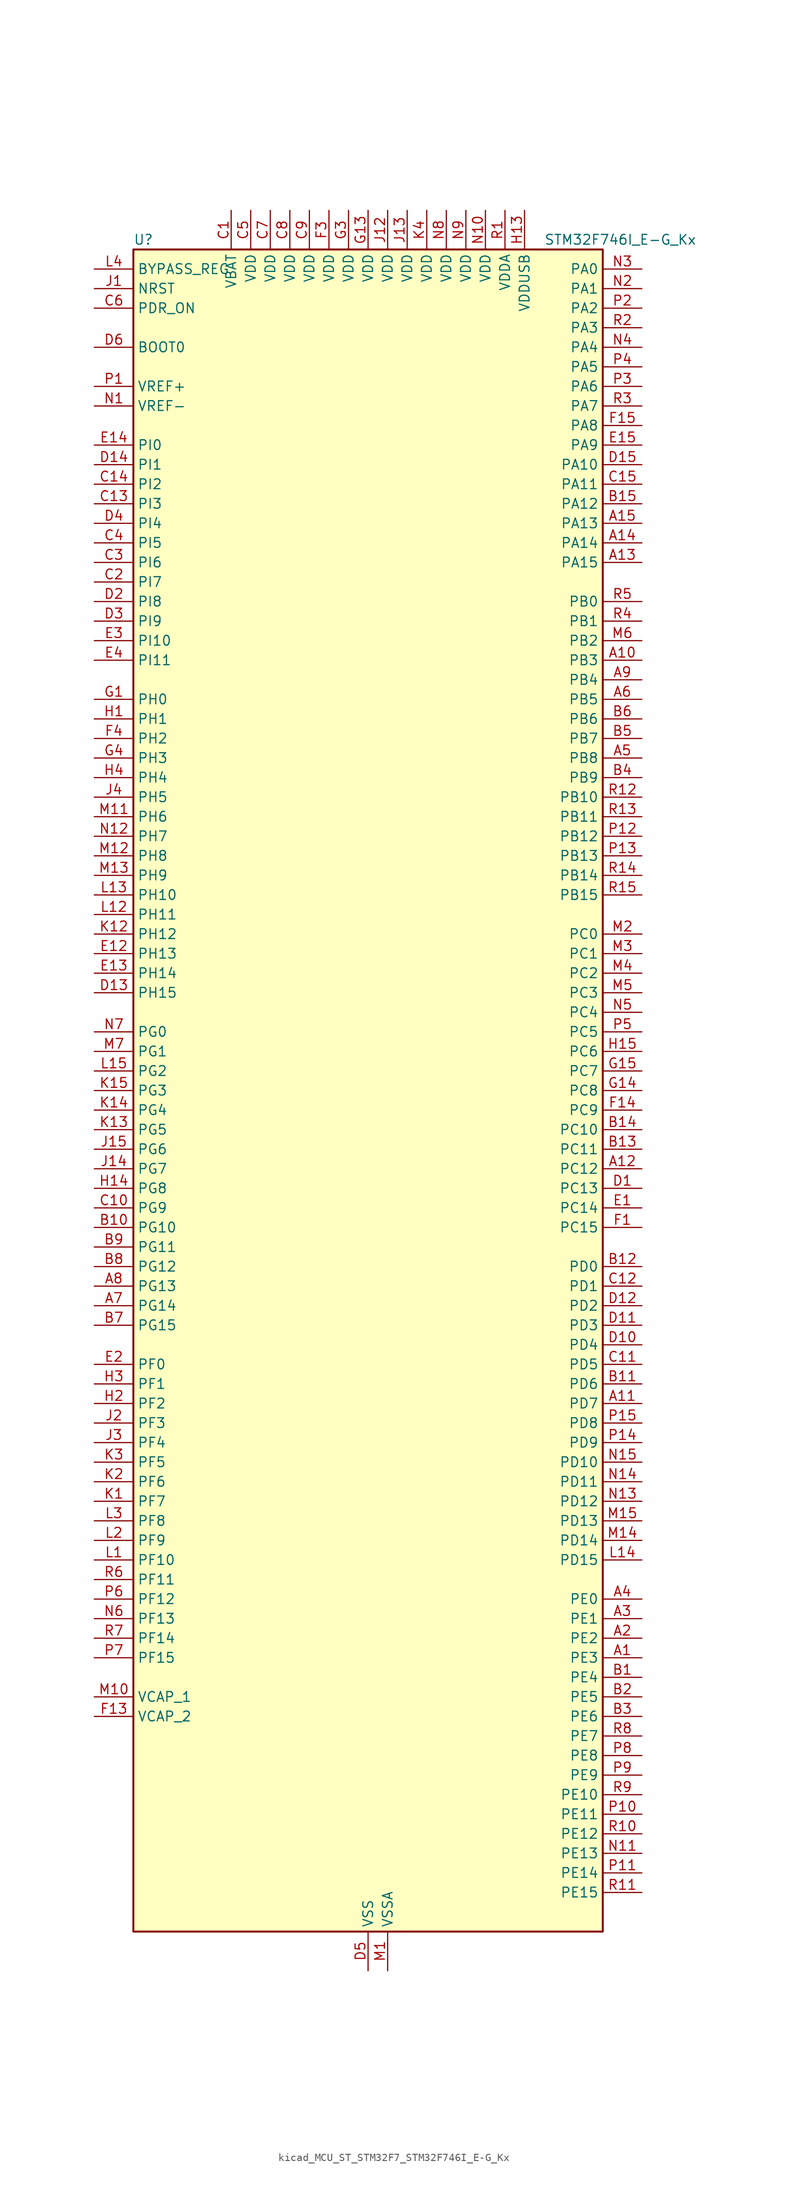
<source format=kicad_sym>
(kicad_symbol_lib
  (version 20220914)
  (generator kicad_symbol_editor)
  (symbol "kicad_MCU_ST_STM32F7_STM32F746I_E-G_Kx"
    (property "Reference" "U"
      (at -30.48 110.49 0)
      (effects (font (size 1.27 1.27)) (justify left)))
    (property "Value" "STM32F746I_E-G_Kx"
      (at 22.86 110.49 0)
      (effects (font (size 1.27 1.27)) (justify left)))
    (property "ki_locked" ""
      (at 0 0 0)
      (effects (font (size 1.27 1.27))))
    (symbol "kicad_MCU_ST_STM32F7_STM32F746I_E-G_Kx_0_1"
      (rectangle (start -30.48 -109.22) (end 30.48 109.22) (stroke (width 0.254) (type default)) (fill (type background))))
    (symbol "kicad_MCU_ST_STM32F7_STM32F746I_E-G_Kx_1_1"
      (pin bidirectional line (at 35.56 -73.66 180) (length 5.08) (name "PE3" (effects (font (size 1.27 1.27)))) (number "A1" (effects (font (size 1.27 1.27)))) (alternate "FMC_A19" bidirectional line) (alternate "SAI1_SD_B" bidirectional line) (alternate "SYS_TRACED0" bidirectional line))
      (pin bidirectional line (at 35.56 55.88 180) (length 5.08) (name "PB3" (effects (font (size 1.27 1.27)))) (number "A10" (effects (font (size 1.27 1.27)))) (alternate "I2S1_CK" bidirectional line) (alternate "I2S3_CK" bidirectional line) (alternate "SPI1_SCK" bidirectional line) (alternate "SPI3_SCK" bidirectional line) (alternate "SYS_JTDO-SWO" bidirectional line) (alternate "TIM2_CH2" bidirectional line))
      (pin bidirectional line (at 35.56 -40.64 180) (length 5.08) (name "PD7" (effects (font (size 1.27 1.27)))) (number "A11" (effects (font (size 1.27 1.27)))) (alternate "FMC_NE1" bidirectional line) (alternate "SPDIFRX_IN0" bidirectional line) (alternate "USART2_CK" bidirectional line))
      (pin bidirectional line (at 35.56 -10.16 180) (length 5.08) (name "PC12" (effects (font (size 1.27 1.27)))) (number "A12" (effects (font (size 1.27 1.27)))) (alternate "DCMI_D9" bidirectional line) (alternate "I2S3_SD" bidirectional line) (alternate "SDMMC1_CK" bidirectional line) (alternate "SPI3_MOSI" bidirectional line) (alternate "SYS_TRACED3" bidirectional line) (alternate "UART5_TX" bidirectional line) (alternate "USART3_CK" bidirectional line))
      (pin bidirectional line (at 35.56 68.58 180) (length 5.08) (name "PA15" (effects (font (size 1.27 1.27)))) (number "A13" (effects (font (size 1.27 1.27)))) (alternate "CEC" bidirectional line) (alternate "I2S1_WS" bidirectional line) (alternate "I2S3_WS" bidirectional line) (alternate "SPI1_NSS" bidirectional line) (alternate "SPI3_NSS" bidirectional line) (alternate "SYS_JTDI" bidirectional line) (alternate "TIM2_CH1" bidirectional line) (alternate "TIM2_ETR" bidirectional line) (alternate "UART4_DE" bidirectional line) (alternate "UART4_RTS" bidirectional line))
      (pin bidirectional line (at 35.56 71.12 180) (length 5.08) (name "PA14" (effects (font (size 1.27 1.27)))) (number "A14" (effects (font (size 1.27 1.27)))) (alternate "SYS_JTCK-SWCLK" bidirectional line))
      (pin bidirectional line (at 35.56 73.66 180) (length 5.08) (name "PA13" (effects (font (size 1.27 1.27)))) (number "A15" (effects (font (size 1.27 1.27)))) (alternate "SYS_JTMS-SWDIO" bidirectional line))
      (pin bidirectional line (at 35.56 -71.12 180) (length 5.08) (name "PE2" (effects (font (size 1.27 1.27)))) (number "A2" (effects (font (size 1.27 1.27)))) (alternate "ETH_TXD3" bidirectional line) (alternate "FMC_A23" bidirectional line) (alternate "QUADSPI_BK1_IO2" bidirectional line) (alternate "SAI1_MCLK_A" bidirectional line) (alternate "SPI4_SCK" bidirectional line) (alternate "SYS_TRACECLK" bidirectional line))
      (pin bidirectional line (at 35.56 -68.58 180) (length 5.08) (name "PE1" (effects (font (size 1.27 1.27)))) (number "A3" (effects (font (size 1.27 1.27)))) (alternate "DCMI_D3" bidirectional line) (alternate "FMC_NBL1" bidirectional line) (alternate "LPTIM1_IN2" bidirectional line) (alternate "UART8_TX" bidirectional line))
      (pin bidirectional line (at 35.56 -66.04 180) (length 5.08) (name "PE0" (effects (font (size 1.27 1.27)))) (number "A4" (effects (font (size 1.27 1.27)))) (alternate "DCMI_D2" bidirectional line) (alternate "FMC_NBL0" bidirectional line) (alternate "LPTIM1_ETR" bidirectional line) (alternate "SAI2_MCLK_A" bidirectional line) (alternate "TIM4_ETR" bidirectional line) (alternate "UART8_RX" bidirectional line))
      (pin bidirectional line (at 35.56 43.18 180) (length 5.08) (name "PB8" (effects (font (size 1.27 1.27)))) (number "A5" (effects (font (size 1.27 1.27)))) (alternate "CAN1_RX" bidirectional line) (alternate "DCMI_D6" bidirectional line) (alternate "ETH_TXD3" bidirectional line) (alternate "I2C1_SCL" bidirectional line) (alternate "LTDC_B6" bidirectional line) (alternate "SDMMC1_D4" bidirectional line) (alternate "TIM10_CH1" bidirectional line) (alternate "TIM4_CH3" bidirectional line))
      (pin bidirectional line (at 35.56 50.8 180) (length 5.08) (name "PB5" (effects (font (size 1.27 1.27)))) (number "A6" (effects (font (size 1.27 1.27)))) (alternate "CAN2_RX" bidirectional line) (alternate "DCMI_D10" bidirectional line) (alternate "ETH_PPS_OUT" bidirectional line) (alternate "FMC_SDCKE1" bidirectional line) (alternate "I2C1_SMBA" bidirectional line) (alternate "I2S1_SD" bidirectional line) (alternate "I2S3_SD" bidirectional line) (alternate "SPI1_MOSI" bidirectional line) (alternate "SPI3_MOSI" bidirectional line) (alternate "TIM3_CH2" bidirectional line) (alternate "USB_OTG_HS_ULPI_D7" bidirectional line))
      (pin bidirectional line (at -35.56 -27.94 0) (length 5.08) (name "PG14" (effects (font (size 1.27 1.27)))) (number "A7" (effects (font (size 1.27 1.27)))) (alternate "ETH_TXD1" bidirectional line) (alternate "FMC_A25" bidirectional line) (alternate "LPTIM1_ETR" bidirectional line) (alternate "LTDC_B0" bidirectional line) (alternate "QUADSPI_BK2_IO3" bidirectional line) (alternate "SPI6_MOSI" bidirectional line) (alternate "SYS_TRACED1" bidirectional line) (alternate "USART6_TX" bidirectional line))
      (pin bidirectional line (at -35.56 -25.4 0) (length 5.08) (name "PG13" (effects (font (size 1.27 1.27)))) (number "A8" (effects (font (size 1.27 1.27)))) (alternate "ETH_TXD0" bidirectional line) (alternate "FMC_A24" bidirectional line) (alternate "LPTIM1_OUT" bidirectional line) (alternate "LTDC_R0" bidirectional line) (alternate "SPI6_SCK" bidirectional line) (alternate "SYS_TRACED0" bidirectional line) (alternate "USART6_CTS" bidirectional line))
      (pin bidirectional line (at 35.56 53.34 180) (length 5.08) (name "PB4" (effects (font (size 1.27 1.27)))) (number "A9" (effects (font (size 1.27 1.27)))) (alternate "I2S2_WS" bidirectional line) (alternate "SPI1_MISO" bidirectional line) (alternate "SPI2_NSS" bidirectional line) (alternate "SPI3_MISO" bidirectional line) (alternate "SYS_JTRST" bidirectional line) (alternate "TIM3_CH1" bidirectional line))
      (pin bidirectional line (at 35.56 -76.2 180) (length 5.08) (name "PE4" (effects (font (size 1.27 1.27)))) (number "B1" (effects (font (size 1.27 1.27)))) (alternate "DCMI_D4" bidirectional line) (alternate "FMC_A20" bidirectional line) (alternate "LTDC_B0" bidirectional line) (alternate "SAI1_FS_A" bidirectional line) (alternate "SPI4_NSS" bidirectional line) (alternate "SYS_TRACED1" bidirectional line))
      (pin bidirectional line (at -35.56 -17.78 0) (length 5.08) (name "PG10" (effects (font (size 1.27 1.27)))) (number "B10" (effects (font (size 1.27 1.27)))) (alternate "DCMI_D2" bidirectional line) (alternate "FMC_NE3" bidirectional line) (alternate "LTDC_B2" bidirectional line) (alternate "LTDC_G3" bidirectional line) (alternate "SAI2_SD_B" bidirectional line))
      (pin bidirectional line (at 35.56 -38.1 180) (length 5.08) (name "PD6" (effects (font (size 1.27 1.27)))) (number "B11" (effects (font (size 1.27 1.27)))) (alternate "DCMI_D10" bidirectional line) (alternate "FMC_NWAIT" bidirectional line) (alternate "I2S3_SD" bidirectional line) (alternate "LTDC_B2" bidirectional line) (alternate "SAI1_SD_A" bidirectional line) (alternate "SPI3_MOSI" bidirectional line) (alternate "USART2_RX" bidirectional line))
      (pin bidirectional line (at 35.56 -22.86 180) (length 5.08) (name "PD0" (effects (font (size 1.27 1.27)))) (number "B12" (effects (font (size 1.27 1.27)))) (alternate "CAN1_RX" bidirectional line) (alternate "FMC_D2" bidirectional line) (alternate "FMC_DA2" bidirectional line))
      (pin bidirectional line (at 35.56 -7.62 180) (length 5.08) (name "PC11" (effects (font (size 1.27 1.27)))) (number "B13" (effects (font (size 1.27 1.27)))) (alternate "ADC1_EXTI11" bidirectional line) (alternate "ADC2_EXTI11" bidirectional line) (alternate "ADC3_EXTI11" bidirectional line) (alternate "DCMI_D4" bidirectional line) (alternate "QUADSPI_BK2_NCS" bidirectional line) (alternate "SDMMC1_D3" bidirectional line) (alternate "SPI3_MISO" bidirectional line) (alternate "UART4_RX" bidirectional line) (alternate "USART3_RX" bidirectional line))
      (pin bidirectional line (at 35.56 -5.08 180) (length 5.08) (name "PC10" (effects (font (size 1.27 1.27)))) (number "B14" (effects (font (size 1.27 1.27)))) (alternate "DCMI_D8" bidirectional line) (alternate "I2S3_CK" bidirectional line) (alternate "LTDC_R2" bidirectional line) (alternate "QUADSPI_BK1_IO1" bidirectional line) (alternate "SDMMC1_D2" bidirectional line) (alternate "SPI3_SCK" bidirectional line) (alternate "UART4_TX" bidirectional line) (alternate "USART3_TX" bidirectional line))
      (pin bidirectional line (at 35.56 76.2 180) (length 5.08) (name "PA12" (effects (font (size 1.27 1.27)))) (number "B15" (effects (font (size 1.27 1.27)))) (alternate "CAN1_TX" bidirectional line) (alternate "LTDC_R5" bidirectional line) (alternate "SAI2_FS_B" bidirectional line) (alternate "TIM1_ETR" bidirectional line) (alternate "USART1_DE" bidirectional line) (alternate "USART1_RTS" bidirectional line) (alternate "USB_OTG_FS_DP" bidirectional line))
      (pin bidirectional line (at 35.56 -78.74 180) (length 5.08) (name "PE5" (effects (font (size 1.27 1.27)))) (number "B2" (effects (font (size 1.27 1.27)))) (alternate "DCMI_D6" bidirectional line) (alternate "FMC_A21" bidirectional line) (alternate "LTDC_G0" bidirectional line) (alternate "SAI1_SCK_A" bidirectional line) (alternate "SPI4_MISO" bidirectional line) (alternate "SYS_TRACED2" bidirectional line) (alternate "TIM9_CH1" bidirectional line))
      (pin bidirectional line (at 35.56 -81.28 180) (length 5.08) (name "PE6" (effects (font (size 1.27 1.27)))) (number "B3" (effects (font (size 1.27 1.27)))) (alternate "DCMI_D7" bidirectional line) (alternate "FMC_A22" bidirectional line) (alternate "LTDC_G1" bidirectional line) (alternate "SAI1_SD_A" bidirectional line) (alternate "SAI2_MCLK_B" bidirectional line) (alternate "SPI4_MOSI" bidirectional line) (alternate "SYS_TRACED3" bidirectional line) (alternate "TIM1_BKIN2" bidirectional line) (alternate "TIM9_CH2" bidirectional line))
      (pin bidirectional line (at 35.56 40.64 180) (length 5.08) (name "PB9" (effects (font (size 1.27 1.27)))) (number "B4" (effects (font (size 1.27 1.27)))) (alternate "CAN1_TX" bidirectional line) (alternate "DAC_EXTI9" bidirectional line) (alternate "DCMI_D7" bidirectional line) (alternate "I2C1_SDA" bidirectional line) (alternate "I2S2_WS" bidirectional line) (alternate "LTDC_B7" bidirectional line) (alternate "SDMMC1_D5" bidirectional line) (alternate "SPI2_NSS" bidirectional line) (alternate "TIM11_CH1" bidirectional line) (alternate "TIM4_CH4" bidirectional line))
      (pin bidirectional line (at 35.56 45.72 180) (length 5.08) (name "PB7" (effects (font (size 1.27 1.27)))) (number "B5" (effects (font (size 1.27 1.27)))) (alternate "DCMI_VSYNC" bidirectional line) (alternate "FMC_NL" bidirectional line) (alternate "I2C1_SDA" bidirectional line) (alternate "TIM4_CH2" bidirectional line) (alternate "USART1_RX" bidirectional line))
      (pin bidirectional line (at 35.56 48.26 180) (length 5.08) (name "PB6" (effects (font (size 1.27 1.27)))) (number "B6" (effects (font (size 1.27 1.27)))) (alternate "CAN2_TX" bidirectional line) (alternate "CEC" bidirectional line) (alternate "DCMI_D5" bidirectional line) (alternate "FMC_SDNE1" bidirectional line) (alternate "I2C1_SCL" bidirectional line) (alternate "QUADSPI_BK1_NCS" bidirectional line) (alternate "TIM4_CH1" bidirectional line) (alternate "USART1_TX" bidirectional line))
      (pin bidirectional line (at -35.56 -30.48 0) (length 5.08) (name "PG15" (effects (font (size 1.27 1.27)))) (number "B7" (effects (font (size 1.27 1.27)))) (alternate "DCMI_D13" bidirectional line) (alternate "FMC_SDNCAS" bidirectional line) (alternate "USART6_CTS" bidirectional line))
      (pin bidirectional line (at -35.56 -22.86 0) (length 5.08) (name "PG12" (effects (font (size 1.27 1.27)))) (number "B8" (effects (font (size 1.27 1.27)))) (alternate "FMC_NE4" bidirectional line) (alternate "LPTIM1_IN1" bidirectional line) (alternate "LTDC_B1" bidirectional line) (alternate "LTDC_B4" bidirectional line) (alternate "SPDIFRX_IN1" bidirectional line) (alternate "SPI6_MISO" bidirectional line) (alternate "USART6_DE" bidirectional line) (alternate "USART6_RTS" bidirectional line))
      (pin bidirectional line (at -35.56 -20.32 0) (length 5.08) (name "PG11" (effects (font (size 1.27 1.27)))) (number "B9" (effects (font (size 1.27 1.27)))) (alternate "ADC1_EXTI11" bidirectional line) (alternate "ADC2_EXTI11" bidirectional line) (alternate "ADC3_EXTI11" bidirectional line) (alternate "DCMI_D3" bidirectional line) (alternate "ETH_TX_EN" bidirectional line) (alternate "LTDC_B3" bidirectional line) (alternate "SPDIFRX_IN0" bidirectional line))
      (pin power_in line (at -17.78 114.3 270) (length 5.08) (name "VBAT" (effects (font (size 1.27 1.27)))) (number "C1" (effects (font (size 1.27 1.27)))))
      (pin bidirectional line (at -35.56 -15.24 0) (length 5.08) (name "PG9" (effects (font (size 1.27 1.27)))) (number "C10" (effects (font (size 1.27 1.27)))) (alternate "DAC_EXTI9" bidirectional line) (alternate "DCMI_VSYNC" bidirectional line) (alternate "FMC_NCE" bidirectional line) (alternate "FMC_NE2" bidirectional line) (alternate "QUADSPI_BK2_IO2" bidirectional line) (alternate "SAI2_FS_B" bidirectional line) (alternate "SPDIFRX_IN3" bidirectional line) (alternate "USART6_RX" bidirectional line))
      (pin bidirectional line (at 35.56 -35.56 180) (length 5.08) (name "PD5" (effects (font (size 1.27 1.27)))) (number "C11" (effects (font (size 1.27 1.27)))) (alternate "FMC_NWE" bidirectional line) (alternate "USART2_TX" bidirectional line))
      (pin bidirectional line (at 35.56 -25.4 180) (length 5.08) (name "PD1" (effects (font (size 1.27 1.27)))) (number "C12" (effects (font (size 1.27 1.27)))) (alternate "CAN1_TX" bidirectional line) (alternate "FMC_D3" bidirectional line) (alternate "FMC_DA3" bidirectional line))
      (pin bidirectional line (at -35.56 76.2 0) (length 5.08) (name "PI3" (effects (font (size 1.27 1.27)))) (number "C13" (effects (font (size 1.27 1.27)))) (alternate "DCMI_D10" bidirectional line) (alternate "FMC_D27" bidirectional line) (alternate "I2S2_SD" bidirectional line) (alternate "SPI2_MOSI" bidirectional line) (alternate "TIM8_ETR" bidirectional line))
      (pin bidirectional line (at -35.56 78.74 0) (length 5.08) (name "PI2" (effects (font (size 1.27 1.27)))) (number "C14" (effects (font (size 1.27 1.27)))) (alternate "DCMI_D9" bidirectional line) (alternate "FMC_D26" bidirectional line) (alternate "LTDC_G7" bidirectional line) (alternate "SPI2_MISO" bidirectional line) (alternate "TIM8_CH4" bidirectional line))
      (pin bidirectional line (at 35.56 78.74 180) (length 5.08) (name "PA11" (effects (font (size 1.27 1.27)))) (number "C15" (effects (font (size 1.27 1.27)))) (alternate "ADC1_EXTI11" bidirectional line) (alternate "ADC2_EXTI11" bidirectional line) (alternate "ADC3_EXTI11" bidirectional line) (alternate "CAN1_RX" bidirectional line) (alternate "LTDC_R4" bidirectional line) (alternate "TIM1_CH4" bidirectional line) (alternate "USART1_CTS" bidirectional line) (alternate "USB_OTG_FS_DM" bidirectional line))
      (pin bidirectional line (at -35.56 66.04 0) (length 5.08) (name "PI7" (effects (font (size 1.27 1.27)))) (number "C2" (effects (font (size 1.27 1.27)))) (alternate "DCMI_D7" bidirectional line) (alternate "FMC_D29" bidirectional line) (alternate "LTDC_B7" bidirectional line) (alternate "SAI2_FS_A" bidirectional line) (alternate "TIM8_CH3" bidirectional line))
      (pin bidirectional line (at -35.56 68.58 0) (length 5.08) (name "PI6" (effects (font (size 1.27 1.27)))) (number "C3" (effects (font (size 1.27 1.27)))) (alternate "DCMI_D6" bidirectional line) (alternate "FMC_D28" bidirectional line) (alternate "LTDC_B6" bidirectional line) (alternate "SAI2_SD_A" bidirectional line) (alternate "TIM8_CH2" bidirectional line))
      (pin bidirectional line (at -35.56 71.12 0) (length 5.08) (name "PI5" (effects (font (size 1.27 1.27)))) (number "C4" (effects (font (size 1.27 1.27)))) (alternate "DCMI_VSYNC" bidirectional line) (alternate "FMC_NBL3" bidirectional line) (alternate "LTDC_B5" bidirectional line) (alternate "SAI2_SCK_A" bidirectional line) (alternate "TIM8_CH1" bidirectional line))
      (pin power_in line (at -15.24 114.3 270) (length 5.08) (name "VDD" (effects (font (size 1.27 1.27)))) (number "C5" (effects (font (size 1.27 1.27)))))
      (pin input line (at -35.56 101.6 0) (length 5.08) (name "PDR_ON" (effects (font (size 1.27 1.27)))) (number "C6" (effects (font (size 1.27 1.27)))))
      (pin power_in line (at -12.7 114.3 270) (length 5.08) (name "VDD" (effects (font (size 1.27 1.27)))) (number "C7" (effects (font (size 1.27 1.27)))))
      (pin power_in line (at -10.16 114.3 270) (length 5.08) (name "VDD" (effects (font (size 1.27 1.27)))) (number "C8" (effects (font (size 1.27 1.27)))))
      (pin power_in line (at -7.62 114.3 270) (length 5.08) (name "VDD" (effects (font (size 1.27 1.27)))) (number "C9" (effects (font (size 1.27 1.27)))))
      (pin bidirectional line (at 35.56 -12.7 180) (length 5.08) (name "PC13" (effects (font (size 1.27 1.27)))) (number "D1" (effects (font (size 1.27 1.27)))) (alternate "RTC_OUT" bidirectional line) (alternate "RTC_TAMP1" bidirectional line) (alternate "RTC_TS" bidirectional line) (alternate "SYS_WKUP4" bidirectional line))
      (pin bidirectional line (at 35.56 -33.02 180) (length 5.08) (name "PD4" (effects (font (size 1.27 1.27)))) (number "D10" (effects (font (size 1.27 1.27)))) (alternate "FMC_NOE" bidirectional line) (alternate "USART2_DE" bidirectional line) (alternate "USART2_RTS" bidirectional line))
      (pin bidirectional line (at 35.56 -30.48 180) (length 5.08) (name "PD3" (effects (font (size 1.27 1.27)))) (number "D11" (effects (font (size 1.27 1.27)))) (alternate "DCMI_D5" bidirectional line) (alternate "FMC_CLK" bidirectional line) (alternate "I2S2_CK" bidirectional line) (alternate "LTDC_G7" bidirectional line) (alternate "SPI2_SCK" bidirectional line) (alternate "USART2_CTS" bidirectional line))
      (pin bidirectional line (at 35.56 -27.94 180) (length 5.08) (name "PD2" (effects (font (size 1.27 1.27)))) (number "D12" (effects (font (size 1.27 1.27)))) (alternate "DCMI_D11" bidirectional line) (alternate "SDMMC1_CMD" bidirectional line) (alternate "SYS_TRACED2" bidirectional line) (alternate "TIM3_ETR" bidirectional line) (alternate "UART5_RX" bidirectional line))
      (pin bidirectional line (at -35.56 12.7 0) (length 5.08) (name "PH15" (effects (font (size 1.27 1.27)))) (number "D13" (effects (font (size 1.27 1.27)))) (alternate "DCMI_D11" bidirectional line) (alternate "FMC_D23" bidirectional line) (alternate "LTDC_G4" bidirectional line) (alternate "TIM8_CH3N" bidirectional line))
      (pin bidirectional line (at -35.56 81.28 0) (length 5.08) (name "PI1" (effects (font (size 1.27 1.27)))) (number "D14" (effects (font (size 1.27 1.27)))) (alternate "DCMI_D8" bidirectional line) (alternate "FMC_D25" bidirectional line) (alternate "I2S2_CK" bidirectional line) (alternate "LTDC_G6" bidirectional line) (alternate "SPI2_SCK" bidirectional line) (alternate "TIM8_BKIN2" bidirectional line))
      (pin bidirectional line (at 35.56 81.28 180) (length 5.08) (name "PA10" (effects (font (size 1.27 1.27)))) (number "D15" (effects (font (size 1.27 1.27)))) (alternate "DCMI_D1" bidirectional line) (alternate "TIM1_CH3" bidirectional line) (alternate "USART1_RX" bidirectional line) (alternate "USB_OTG_FS_ID" bidirectional line))
      (pin bidirectional line (at -35.56 63.5 0) (length 5.08) (name "PI8" (effects (font (size 1.27 1.27)))) (number "D2" (effects (font (size 1.27 1.27)))) (alternate "RTC_TAMP2" bidirectional line) (alternate "RTC_TS" bidirectional line) (alternate "SYS_WKUP5" bidirectional line))
      (pin bidirectional line (at -35.56 60.96 0) (length 5.08) (name "PI9" (effects (font (size 1.27 1.27)))) (number "D3" (effects (font (size 1.27 1.27)))) (alternate "CAN1_RX" bidirectional line) (alternate "DAC_EXTI9" bidirectional line) (alternate "FMC_D30" bidirectional line) (alternate "LTDC_VSYNC" bidirectional line))
      (pin bidirectional line (at -35.56 73.66 0) (length 5.08) (name "PI4" (effects (font (size 1.27 1.27)))) (number "D4" (effects (font (size 1.27 1.27)))) (alternate "DCMI_D5" bidirectional line) (alternate "FMC_NBL2" bidirectional line) (alternate "LTDC_B4" bidirectional line) (alternate "SAI2_MCLK_A" bidirectional line) (alternate "TIM8_BKIN" bidirectional line))
      (pin power_in line (at 0 -114.3 90) (length 5.08) (name "VSS" (effects (font (size 1.27 1.27)))) (number "D5" (effects (font (size 1.27 1.27)))))
      (pin input line (at -35.56 96.52 0) (length 5.08) (name "BOOT0" (effects (font (size 1.27 1.27)))) (number "D6" (effects (font (size 1.27 1.27)))))
      (pin passive line (at 0 -114.3 90) (length 5.08) hide (name "VSS" (effects (font (size 1.27 1.27)))) (number "D7" (effects (font (size 1.27 1.27)))))
      (pin passive line (at 0 -114.3 90) (length 5.08) hide (name "VSS" (effects (font (size 1.27 1.27)))) (number "D8" (effects (font (size 1.27 1.27)))))
      (pin passive line (at 0 -114.3 90) (length 5.08) hide (name "VSS" (effects (font (size 1.27 1.27)))) (number "D9" (effects (font (size 1.27 1.27)))))
      (pin bidirectional line (at 35.56 -15.24 180) (length 5.08) (name "PC14" (effects (font (size 1.27 1.27)))) (number "E1" (effects (font (size 1.27 1.27)))) (alternate "RCC_OSC32_IN" bidirectional line))
      (pin bidirectional line (at -35.56 17.78 0) (length 5.08) (name "PH13" (effects (font (size 1.27 1.27)))) (number "E12" (effects (font (size 1.27 1.27)))) (alternate "CAN1_TX" bidirectional line) (alternate "FMC_D21" bidirectional line) (alternate "LTDC_G2" bidirectional line) (alternate "TIM8_CH1N" bidirectional line))
      (pin bidirectional line (at -35.56 15.24 0) (length 5.08) (name "PH14" (effects (font (size 1.27 1.27)))) (number "E13" (effects (font (size 1.27 1.27)))) (alternate "DCMI_D4" bidirectional line) (alternate "FMC_D22" bidirectional line) (alternate "LTDC_G3" bidirectional line) (alternate "TIM8_CH2N" bidirectional line))
      (pin bidirectional line (at -35.56 83.82 0) (length 5.08) (name "PI0" (effects (font (size 1.27 1.27)))) (number "E14" (effects (font (size 1.27 1.27)))) (alternate "DCMI_D13" bidirectional line) (alternate "FMC_D24" bidirectional line) (alternate "I2S2_WS" bidirectional line) (alternate "LTDC_G5" bidirectional line) (alternate "SPI2_NSS" bidirectional line) (alternate "TIM5_CH4" bidirectional line))
      (pin bidirectional line (at 35.56 83.82 180) (length 5.08) (name "PA9" (effects (font (size 1.27 1.27)))) (number "E15" (effects (font (size 1.27 1.27)))) (alternate "DAC_EXTI9" bidirectional line) (alternate "DCMI_D0" bidirectional line) (alternate "I2C3_SMBA" bidirectional line) (alternate "I2S2_CK" bidirectional line) (alternate "SPI2_SCK" bidirectional line) (alternate "TIM1_CH2" bidirectional line) (alternate "USART1_TX" bidirectional line) (alternate "USB_OTG_FS_VBUS" bidirectional line))
      (pin bidirectional line (at -35.56 -35.56 0) (length 5.08) (name "PF0" (effects (font (size 1.27 1.27)))) (number "E2" (effects (font (size 1.27 1.27)))) (alternate "FMC_A0" bidirectional line) (alternate "I2C2_SDA" bidirectional line))
      (pin bidirectional line (at -35.56 58.42 0) (length 5.08) (name "PI10" (effects (font (size 1.27 1.27)))) (number "E3" (effects (font (size 1.27 1.27)))) (alternate "ETH_RX_ER" bidirectional line) (alternate "FMC_D31" bidirectional line) (alternate "LTDC_HSYNC" bidirectional line))
      (pin bidirectional line (at -35.56 55.88 0) (length 5.08) (name "PI11" (effects (font (size 1.27 1.27)))) (number "E4" (effects (font (size 1.27 1.27)))) (alternate "ADC1_EXTI11" bidirectional line) (alternate "ADC2_EXTI11" bidirectional line) (alternate "ADC3_EXTI11" bidirectional line) (alternate "SYS_WKUP6" bidirectional line) (alternate "USB_OTG_HS_ULPI_DIR" bidirectional line))
      (pin bidirectional line (at 35.56 -17.78 180) (length 5.08) (name "PC15" (effects (font (size 1.27 1.27)))) (number "F1" (effects (font (size 1.27 1.27)))) (alternate "RCC_OSC32_OUT" bidirectional line))
      (pin passive line (at 0 -114.3 90) (length 5.08) hide (name "VSS" (effects (font (size 1.27 1.27)))) (number "F10" (effects (font (size 1.27 1.27)))))
      (pin passive line (at 0 -114.3 90) (length 5.08) hide (name "VSS" (effects (font (size 1.27 1.27)))) (number "F12" (effects (font (size 1.27 1.27)))))
      (pin power_out line (at -35.56 -81.28 0) (length 5.08) (name "VCAP_2" (effects (font (size 1.27 1.27)))) (number "F13" (effects (font (size 1.27 1.27)))))
      (pin bidirectional line (at 35.56 -2.54 180) (length 5.08) (name "PC9" (effects (font (size 1.27 1.27)))) (number "F14" (effects (font (size 1.27 1.27)))) (alternate "DAC_EXTI9" bidirectional line) (alternate "DCMI_D3" bidirectional line) (alternate "I2C3_SDA" bidirectional line) (alternate "I2S_CKIN" bidirectional line) (alternate "QUADSPI_BK1_IO0" bidirectional line) (alternate "RCC_MCO_2" bidirectional line) (alternate "SDMMC1_D1" bidirectional line) (alternate "TIM3_CH4" bidirectional line) (alternate "TIM8_CH4" bidirectional line) (alternate "UART5_CTS" bidirectional line))
      (pin bidirectional line (at 35.56 86.36 180) (length 5.08) (name "PA8" (effects (font (size 1.27 1.27)))) (number "F15" (effects (font (size 1.27 1.27)))) (alternate "I2C3_SCL" bidirectional line) (alternate "LTDC_R6" bidirectional line) (alternate "RCC_MCO_1" bidirectional line) (alternate "TIM1_CH1" bidirectional line) (alternate "TIM8_BKIN2" bidirectional line) (alternate "USART1_CK" bidirectional line) (alternate "USB_OTG_FS_SOF" bidirectional line))
      (pin passive line (at 0 -114.3 90) (length 5.08) hide (name "VSS" (effects (font (size 1.27 1.27)))) (number "F2" (effects (font (size 1.27 1.27)))))
      (pin power_in line (at -5.08 114.3 270) (length 5.08) (name "VDD" (effects (font (size 1.27 1.27)))) (number "F3" (effects (font (size 1.27 1.27)))))
      (pin bidirectional line (at -35.56 45.72 0) (length 5.08) (name "PH2" (effects (font (size 1.27 1.27)))) (number "F4" (effects (font (size 1.27 1.27)))) (alternate "ETH_CRS" bidirectional line) (alternate "FMC_SDCKE0" bidirectional line) (alternate "LPTIM1_IN2" bidirectional line) (alternate "LTDC_R0" bidirectional line) (alternate "QUADSPI_BK2_IO0" bidirectional line) (alternate "SAI2_SCK_B" bidirectional line))
      (pin passive line (at 0 -114.3 90) (length 5.08) hide (name "VSS" (effects (font (size 1.27 1.27)))) (number "F6" (effects (font (size 1.27 1.27)))))
      (pin passive line (at 0 -114.3 90) (length 5.08) hide (name "VSS" (effects (font (size 1.27 1.27)))) (number "F7" (effects (font (size 1.27 1.27)))))
      (pin passive line (at 0 -114.3 90) (length 5.08) hide (name "VSS" (effects (font (size 1.27 1.27)))) (number "F8" (effects (font (size 1.27 1.27)))))
      (pin passive line (at 0 -114.3 90) (length 5.08) hide (name "VSS" (effects (font (size 1.27 1.27)))) (number "F9" (effects (font (size 1.27 1.27)))))
      (pin bidirectional line (at -35.56 50.8 0) (length 5.08) (name "PH0" (effects (font (size 1.27 1.27)))) (number "G1" (effects (font (size 1.27 1.27)))) (alternate "RCC_OSC_IN" bidirectional line))
      (pin passive line (at 0 -114.3 90) (length 5.08) hide (name "VSS" (effects (font (size 1.27 1.27)))) (number "G10" (effects (font (size 1.27 1.27)))))
      (pin passive line (at 0 -114.3 90) (length 5.08) hide (name "VSS" (effects (font (size 1.27 1.27)))) (number "G12" (effects (font (size 1.27 1.27)))))
      (pin power_in line (at 0 114.3 270) (length 5.08) (name "VDD" (effects (font (size 1.27 1.27)))) (number "G13" (effects (font (size 1.27 1.27)))))
      (pin bidirectional line (at 35.56 0 180) (length 5.08) (name "PC8" (effects (font (size 1.27 1.27)))) (number "G14" (effects (font (size 1.27 1.27)))) (alternate "DCMI_D2" bidirectional line) (alternate "SDMMC1_D0" bidirectional line) (alternate "SYS_TRACED1" bidirectional line) (alternate "TIM3_CH3" bidirectional line) (alternate "TIM8_CH3" bidirectional line) (alternate "UART5_DE" bidirectional line) (alternate "UART5_RTS" bidirectional line) (alternate "USART6_CK" bidirectional line))
      (pin bidirectional line (at 35.56 2.54 180) (length 5.08) (name "PC7" (effects (font (size 1.27 1.27)))) (number "G15" (effects (font (size 1.27 1.27)))) (alternate "DCMI_D1" bidirectional line) (alternate "I2S3_MCK" bidirectional line) (alternate "LTDC_G6" bidirectional line) (alternate "SDMMC1_D7" bidirectional line) (alternate "TIM3_CH2" bidirectional line) (alternate "TIM8_CH2" bidirectional line) (alternate "USART6_RX" bidirectional line))
      (pin passive line (at 0 -114.3 90) (length 5.08) hide (name "VSS" (effects (font (size 1.27 1.27)))) (number "G2" (effects (font (size 1.27 1.27)))))
      (pin power_in line (at -2.54 114.3 270) (length 5.08) (name "VDD" (effects (font (size 1.27 1.27)))) (number "G3" (effects (font (size 1.27 1.27)))))
      (pin bidirectional line (at -35.56 43.18 0) (length 5.08) (name "PH3" (effects (font (size 1.27 1.27)))) (number "G4" (effects (font (size 1.27 1.27)))) (alternate "ETH_COL" bidirectional line) (alternate "FMC_SDNE0" bidirectional line) (alternate "LTDC_R1" bidirectional line) (alternate "QUADSPI_BK2_IO1" bidirectional line) (alternate "SAI2_MCLK_B" bidirectional line))
      (pin passive line (at 0 -114.3 90) (length 5.08) hide (name "VSS" (effects (font (size 1.27 1.27)))) (number "G6" (effects (font (size 1.27 1.27)))))
      (pin passive line (at 0 -114.3 90) (length 5.08) hide (name "VSS" (effects (font (size 1.27 1.27)))) (number "G7" (effects (font (size 1.27 1.27)))))
      (pin passive line (at 0 -114.3 90) (length 5.08) hide (name "VSS" (effects (font (size 1.27 1.27)))) (number "G8" (effects (font (size 1.27 1.27)))))
      (pin passive line (at 0 -114.3 90) (length 5.08) hide (name "VSS" (effects (font (size 1.27 1.27)))) (number "G9" (effects (font (size 1.27 1.27)))))
      (pin bidirectional line (at -35.56 48.26 0) (length 5.08) (name "PH1" (effects (font (size 1.27 1.27)))) (number "H1" (effects (font (size 1.27 1.27)))) (alternate "RCC_OSC_OUT" bidirectional line))
      (pin passive line (at 0 -114.3 90) (length 5.08) hide (name "VSS" (effects (font (size 1.27 1.27)))) (number "H10" (effects (font (size 1.27 1.27)))))
      (pin passive line (at 0 -114.3 90) (length 5.08) hide (name "VSS" (effects (font (size 1.27 1.27)))) (number "H12" (effects (font (size 1.27 1.27)))))
      (pin power_in line (at 20.32 114.3 270) (length 5.08) (name "VDDUSB" (effects (font (size 1.27 1.27)))) (number "H13" (effects (font (size 1.27 1.27)))))
      (pin bidirectional line (at -35.56 -12.7 0) (length 5.08) (name "PG8" (effects (font (size 1.27 1.27)))) (number "H14" (effects (font (size 1.27 1.27)))) (alternate "ETH_PPS_OUT" bidirectional line) (alternate "FMC_SDCLK" bidirectional line) (alternate "SPDIFRX_IN2" bidirectional line) (alternate "SPI6_NSS" bidirectional line) (alternate "USART6_DE" bidirectional line) (alternate "USART6_RTS" bidirectional line))
      (pin bidirectional line (at 35.56 5.08 180) (length 5.08) (name "PC6" (effects (font (size 1.27 1.27)))) (number "H15" (effects (font (size 1.27 1.27)))) (alternate "DCMI_D0" bidirectional line) (alternate "I2S2_MCK" bidirectional line) (alternate "LTDC_HSYNC" bidirectional line) (alternate "SDMMC1_D6" bidirectional line) (alternate "TIM3_CH1" bidirectional line) (alternate "TIM8_CH1" bidirectional line) (alternate "USART6_TX" bidirectional line))
      (pin bidirectional line (at -35.56 -40.64 0) (length 5.08) (name "PF2" (effects (font (size 1.27 1.27)))) (number "H2" (effects (font (size 1.27 1.27)))) (alternate "FMC_A2" bidirectional line) (alternate "I2C2_SMBA" bidirectional line))
      (pin bidirectional line (at -35.56 -38.1 0) (length 5.08) (name "PF1" (effects (font (size 1.27 1.27)))) (number "H3" (effects (font (size 1.27 1.27)))) (alternate "FMC_A1" bidirectional line) (alternate "I2C2_SCL" bidirectional line))
      (pin bidirectional line (at -35.56 40.64 0) (length 5.08) (name "PH4" (effects (font (size 1.27 1.27)))) (number "H4" (effects (font (size 1.27 1.27)))) (alternate "I2C2_SCL" bidirectional line) (alternate "USB_OTG_HS_ULPI_NXT" bidirectional line))
      (pin passive line (at 0 -114.3 90) (length 5.08) hide (name "VSS" (effects (font (size 1.27 1.27)))) (number "H6" (effects (font (size 1.27 1.27)))))
      (pin passive line (at 0 -114.3 90) (length 5.08) hide (name "VSS" (effects (font (size 1.27 1.27)))) (number "H7" (effects (font (size 1.27 1.27)))))
      (pin passive line (at 0 -114.3 90) (length 5.08) hide (name "VSS" (effects (font (size 1.27 1.27)))) (number "H8" (effects (font (size 1.27 1.27)))))
      (pin passive line (at 0 -114.3 90) (length 5.08) hide (name "VSS" (effects (font (size 1.27 1.27)))) (number "H9" (effects (font (size 1.27 1.27)))))
      (pin input line (at -35.56 104.14 0) (length 5.08) (name "NRST" (effects (font (size 1.27 1.27)))) (number "J1" (effects (font (size 1.27 1.27)))))
      (pin passive line (at 0 -114.3 90) (length 5.08) hide (name "VSS" (effects (font (size 1.27 1.27)))) (number "J10" (effects (font (size 1.27 1.27)))))
      (pin power_in line (at 2.54 114.3 270) (length 5.08) (name "VDD" (effects (font (size 1.27 1.27)))) (number "J12" (effects (font (size 1.27 1.27)))))
      (pin power_in line (at 5.08 114.3 270) (length 5.08) (name "VDD" (effects (font (size 1.27 1.27)))) (number "J13" (effects (font (size 1.27 1.27)))))
      (pin bidirectional line (at -35.56 -10.16 0) (length 5.08) (name "PG7" (effects (font (size 1.27 1.27)))) (number "J14" (effects (font (size 1.27 1.27)))) (alternate "DCMI_D13" bidirectional line) (alternate "FMC_INT" bidirectional line) (alternate "LTDC_CLK" bidirectional line) (alternate "USART6_CK" bidirectional line))
      (pin bidirectional line (at -35.56 -7.62 0) (length 5.08) (name "PG6" (effects (font (size 1.27 1.27)))) (number "J15" (effects (font (size 1.27 1.27)))) (alternate "DCMI_D12" bidirectional line) (alternate "LTDC_R7" bidirectional line))
      (pin bidirectional line (at -35.56 -43.18 0) (length 5.08) (name "PF3" (effects (font (size 1.27 1.27)))) (number "J2" (effects (font (size 1.27 1.27)))) (alternate "ADC3_IN9" bidirectional line) (alternate "FMC_A3" bidirectional line))
      (pin bidirectional line (at -35.56 -45.72 0) (length 5.08) (name "PF4" (effects (font (size 1.27 1.27)))) (number "J3" (effects (font (size 1.27 1.27)))) (alternate "ADC3_IN14" bidirectional line) (alternate "FMC_A4" bidirectional line))
      (pin bidirectional line (at -35.56 38.1 0) (length 5.08) (name "PH5" (effects (font (size 1.27 1.27)))) (number "J4" (effects (font (size 1.27 1.27)))) (alternate "FMC_SDNWE" bidirectional line) (alternate "I2C2_SDA" bidirectional line) (alternate "SPI5_NSS" bidirectional line))
      (pin passive line (at 0 -114.3 90) (length 5.08) hide (name "VSS" (effects (font (size 1.27 1.27)))) (number "J6" (effects (font (size 1.27 1.27)))))
      (pin passive line (at 0 -114.3 90) (length 5.08) hide (name "VSS" (effects (font (size 1.27 1.27)))) (number "J7" (effects (font (size 1.27 1.27)))))
      (pin passive line (at 0 -114.3 90) (length 5.08) hide (name "VSS" (effects (font (size 1.27 1.27)))) (number "J8" (effects (font (size 1.27 1.27)))))
      (pin passive line (at 0 -114.3 90) (length 5.08) hide (name "VSS" (effects (font (size 1.27 1.27)))) (number "J9" (effects (font (size 1.27 1.27)))))
      (pin bidirectional line (at -35.56 -53.34 0) (length 5.08) (name "PF7" (effects (font (size 1.27 1.27)))) (number "K1" (effects (font (size 1.27 1.27)))) (alternate "ADC3_IN5" bidirectional line) (alternate "QUADSPI_BK1_IO2" bidirectional line) (alternate "SAI1_MCLK_B" bidirectional line) (alternate "SPI5_SCK" bidirectional line) (alternate "TIM11_CH1" bidirectional line) (alternate "UART7_TX" bidirectional line))
      (pin passive line (at 0 -114.3 90) (length 5.08) hide (name "VSS" (effects (font (size 1.27 1.27)))) (number "K10" (effects (font (size 1.27 1.27)))))
      (pin bidirectional line (at -35.56 20.32 0) (length 5.08) (name "PH12" (effects (font (size 1.27 1.27)))) (number "K12" (effects (font (size 1.27 1.27)))) (alternate "DCMI_D3" bidirectional line) (alternate "FMC_D20" bidirectional line) (alternate "I2C4_SDA" bidirectional line) (alternate "LTDC_R6" bidirectional line) (alternate "TIM5_CH3" bidirectional line))
      (pin bidirectional line (at -35.56 -5.08 0) (length 5.08) (name "PG5" (effects (font (size 1.27 1.27)))) (number "K13" (effects (font (size 1.27 1.27)))) (alternate "FMC_A15" bidirectional line) (alternate "FMC_BA1" bidirectional line))
      (pin bidirectional line (at -35.56 -2.54 0) (length 5.08) (name "PG4" (effects (font (size 1.27 1.27)))) (number "K14" (effects (font (size 1.27 1.27)))) (alternate "FMC_A14" bidirectional line) (alternate "FMC_BA0" bidirectional line))
      (pin bidirectional line (at -35.56 0 0) (length 5.08) (name "PG3" (effects (font (size 1.27 1.27)))) (number "K15" (effects (font (size 1.27 1.27)))) (alternate "FMC_A13" bidirectional line))
      (pin bidirectional line (at -35.56 -50.8 0) (length 5.08) (name "PF6" (effects (font (size 1.27 1.27)))) (number "K2" (effects (font (size 1.27 1.27)))) (alternate "ADC3_IN4" bidirectional line) (alternate "QUADSPI_BK1_IO3" bidirectional line) (alternate "SAI1_SD_B" bidirectional line) (alternate "SPI5_NSS" bidirectional line) (alternate "TIM10_CH1" bidirectional line) (alternate "UART7_RX" bidirectional line))
      (pin bidirectional line (at -35.56 -48.26 0) (length 5.08) (name "PF5" (effects (font (size 1.27 1.27)))) (number "K3" (effects (font (size 1.27 1.27)))) (alternate "ADC3_IN15" bidirectional line) (alternate "FMC_A5" bidirectional line))
      (pin power_in line (at 7.62 114.3 270) (length 5.08) (name "VDD" (effects (font (size 1.27 1.27)))) (number "K4" (effects (font (size 1.27 1.27)))))
      (pin passive line (at 0 -114.3 90) (length 5.08) hide (name "VSS" (effects (font (size 1.27 1.27)))) (number "K6" (effects (font (size 1.27 1.27)))))
      (pin passive line (at 0 -114.3 90) (length 5.08) hide (name "VSS" (effects (font (size 1.27 1.27)))) (number "K7" (effects (font (size 1.27 1.27)))))
      (pin passive line (at 0 -114.3 90) (length 5.08) hide (name "VSS" (effects (font (size 1.27 1.27)))) (number "K8" (effects (font (size 1.27 1.27)))))
      (pin passive line (at 0 -114.3 90) (length 5.08) hide (name "VSS" (effects (font (size 1.27 1.27)))) (number "K9" (effects (font (size 1.27 1.27)))))
      (pin bidirectional line (at -35.56 -60.96 0) (length 5.08) (name "PF10" (effects (font (size 1.27 1.27)))) (number "L1" (effects (font (size 1.27 1.27)))) (alternate "ADC3_IN8" bidirectional line) (alternate "DCMI_D11" bidirectional line) (alternate "LTDC_DE" bidirectional line))
      (pin bidirectional line (at -35.56 22.86 0) (length 5.08) (name "PH11" (effects (font (size 1.27 1.27)))) (number "L12" (effects (font (size 1.27 1.27)))) (alternate "ADC1_EXTI11" bidirectional line) (alternate "ADC2_EXTI11" bidirectional line) (alternate "ADC3_EXTI11" bidirectional line) (alternate "DCMI_D2" bidirectional line) (alternate "FMC_D19" bidirectional line) (alternate "I2C4_SCL" bidirectional line) (alternate "LTDC_R5" bidirectional line) (alternate "TIM5_CH2" bidirectional line))
      (pin bidirectional line (at -35.56 25.4 0) (length 5.08) (name "PH10" (effects (font (size 1.27 1.27)))) (number "L13" (effects (font (size 1.27 1.27)))) (alternate "DCMI_D1" bidirectional line) (alternate "FMC_D18" bidirectional line) (alternate "I2C4_SMBA" bidirectional line) (alternate "LTDC_R4" bidirectional line) (alternate "TIM5_CH1" bidirectional line))
      (pin bidirectional line (at 35.56 -60.96 180) (length 5.08) (name "PD15" (effects (font (size 1.27 1.27)))) (number "L14" (effects (font (size 1.27 1.27)))) (alternate "FMC_D1" bidirectional line) (alternate "FMC_DA1" bidirectional line) (alternate "TIM4_CH4" bidirectional line) (alternate "UART8_DE" bidirectional line) (alternate "UART8_RTS" bidirectional line))
      (pin bidirectional line (at -35.56 2.54 0) (length 5.08) (name "PG2" (effects (font (size 1.27 1.27)))) (number "L15" (effects (font (size 1.27 1.27)))) (alternate "FMC_A12" bidirectional line))
      (pin bidirectional line (at -35.56 -58.42 0) (length 5.08) (name "PF9" (effects (font (size 1.27 1.27)))) (number "L2" (effects (font (size 1.27 1.27)))) (alternate "ADC3_IN7" bidirectional line) (alternate "DAC_EXTI9" bidirectional line) (alternate "QUADSPI_BK1_IO1" bidirectional line) (alternate "SAI1_FS_B" bidirectional line) (alternate "SPI5_MOSI" bidirectional line) (alternate "TIM14_CH1" bidirectional line) (alternate "UART7_CTS" bidirectional line))
      (pin bidirectional line (at -35.56 -55.88 0) (length 5.08) (name "PF8" (effects (font (size 1.27 1.27)))) (number "L3" (effects (font (size 1.27 1.27)))) (alternate "ADC3_IN6" bidirectional line) (alternate "QUADSPI_BK1_IO0" bidirectional line) (alternate "SAI1_SCK_B" bidirectional line) (alternate "SPI5_MISO" bidirectional line) (alternate "TIM13_CH1" bidirectional line) (alternate "UART7_DE" bidirectional line) (alternate "UART7_RTS" bidirectional line))
      (pin input line (at -35.56 106.68 0) (length 5.08) (name "BYPASS_REG" (effects (font (size 1.27 1.27)))) (number "L4" (effects (font (size 1.27 1.27)))))
      (pin power_in line (at 2.54 -114.3 90) (length 5.08) (name "VSSA" (effects (font (size 1.27 1.27)))) (number "M1" (effects (font (size 1.27 1.27)))))
      (pin power_out line (at -35.56 -78.74 0) (length 5.08) (name "VCAP_1" (effects (font (size 1.27 1.27)))) (number "M10" (effects (font (size 1.27 1.27)))))
      (pin bidirectional line (at -35.56 35.56 0) (length 5.08) (name "PH6" (effects (font (size 1.27 1.27)))) (number "M11" (effects (font (size 1.27 1.27)))) (alternate "DCMI_D8" bidirectional line) (alternate "ETH_RXD2" bidirectional line) (alternate "FMC_SDNE1" bidirectional line) (alternate "I2C2_SMBA" bidirectional line) (alternate "SPI5_SCK" bidirectional line) (alternate "TIM12_CH1" bidirectional line))
      (pin bidirectional line (at -35.56 30.48 0) (length 5.08) (name "PH8" (effects (font (size 1.27 1.27)))) (number "M12" (effects (font (size 1.27 1.27)))) (alternate "DCMI_HSYNC" bidirectional line) (alternate "FMC_D16" bidirectional line) (alternate "I2C3_SDA" bidirectional line) (alternate "LTDC_R2" bidirectional line))
      (pin bidirectional line (at -35.56 27.94 0) (length 5.08) (name "PH9" (effects (font (size 1.27 1.27)))) (number "M13" (effects (font (size 1.27 1.27)))) (alternate "DAC_EXTI9" bidirectional line) (alternate "DCMI_D0" bidirectional line) (alternate "FMC_D17" bidirectional line) (alternate "I2C3_SMBA" bidirectional line) (alternate "LTDC_R3" bidirectional line) (alternate "TIM12_CH2" bidirectional line))
      (pin bidirectional line (at 35.56 -58.42 180) (length 5.08) (name "PD14" (effects (font (size 1.27 1.27)))) (number "M14" (effects (font (size 1.27 1.27)))) (alternate "FMC_D0" bidirectional line) (alternate "FMC_DA0" bidirectional line) (alternate "TIM4_CH3" bidirectional line) (alternate "UART8_CTS" bidirectional line))
      (pin bidirectional line (at 35.56 -55.88 180) (length 5.08) (name "PD13" (effects (font (size 1.27 1.27)))) (number "M15" (effects (font (size 1.27 1.27)))) (alternate "FMC_A18" bidirectional line) (alternate "I2C4_SDA" bidirectional line) (alternate "LPTIM1_OUT" bidirectional line) (alternate "QUADSPI_BK1_IO3" bidirectional line) (alternate "SAI2_SCK_A" bidirectional line) (alternate "TIM4_CH2" bidirectional line))
      (pin bidirectional line (at 35.56 20.32 180) (length 5.08) (name "PC0" (effects (font (size 1.27 1.27)))) (number "M2" (effects (font (size 1.27 1.27)))) (alternate "ADC1_IN10" bidirectional line) (alternate "ADC2_IN10" bidirectional line) (alternate "ADC3_IN10" bidirectional line) (alternate "FMC_SDNWE" bidirectional line) (alternate "LTDC_R5" bidirectional line) (alternate "SAI2_FS_B" bidirectional line) (alternate "USB_OTG_HS_ULPI_STP" bidirectional line))
      (pin bidirectional line (at 35.56 17.78 180) (length 5.08) (name "PC1" (effects (font (size 1.27 1.27)))) (number "M3" (effects (font (size 1.27 1.27)))) (alternate "ADC1_IN11" bidirectional line) (alternate "ADC2_IN11" bidirectional line) (alternate "ADC3_IN11" bidirectional line) (alternate "ETH_MDC" bidirectional line) (alternate "I2S2_SD" bidirectional line) (alternate "RTC_TAMP3" bidirectional line) (alternate "RTC_TS" bidirectional line) (alternate "SAI1_SD_A" bidirectional line) (alternate "SPI2_MOSI" bidirectional line) (alternate "SYS_TRACED0" bidirectional line) (alternate "SYS_WKUP3" bidirectional line))
      (pin bidirectional line (at 35.56 15.24 180) (length 5.08) (name "PC2" (effects (font (size 1.27 1.27)))) (number "M4" (effects (font (size 1.27 1.27)))) (alternate "ADC1_IN12" bidirectional line) (alternate "ADC2_IN12" bidirectional line) (alternate "ADC3_IN12" bidirectional line) (alternate "ETH_TXD2" bidirectional line) (alternate "FMC_SDNE0" bidirectional line) (alternate "SPI2_MISO" bidirectional line) (alternate "USB_OTG_HS_ULPI_DIR" bidirectional line))
      (pin bidirectional line (at 35.56 12.7 180) (length 5.08) (name "PC3" (effects (font (size 1.27 1.27)))) (number "M5" (effects (font (size 1.27 1.27)))) (alternate "ADC1_IN13" bidirectional line) (alternate "ADC2_IN13" bidirectional line) (alternate "ADC3_IN13" bidirectional line) (alternate "ETH_TX_CLK" bidirectional line) (alternate "FMC_SDCKE0" bidirectional line) (alternate "I2S2_SD" bidirectional line) (alternate "SPI2_MOSI" bidirectional line) (alternate "USB_OTG_HS_ULPI_NXT" bidirectional line))
      (pin bidirectional line (at 35.56 58.42 180) (length 5.08) (name "PB2" (effects (font (size 1.27 1.27)))) (number "M6" (effects (font (size 1.27 1.27)))) (alternate "I2S3_SD" bidirectional line) (alternate "QUADSPI_CLK" bidirectional line) (alternate "SAI1_SD_A" bidirectional line) (alternate "SPI3_MOSI" bidirectional line))
      (pin bidirectional line (at -35.56 5.08 0) (length 5.08) (name "PG1" (effects (font (size 1.27 1.27)))) (number "M7" (effects (font (size 1.27 1.27)))) (alternate "FMC_A11" bidirectional line))
      (pin passive line (at 0 -114.3 90) (length 5.08) hide (name "VSS" (effects (font (size 1.27 1.27)))) (number "M8" (effects (font (size 1.27 1.27)))))
      (pin passive line (at 0 -114.3 90) (length 5.08) hide (name "VSS" (effects (font (size 1.27 1.27)))) (number "M9" (effects (font (size 1.27 1.27)))))
      (pin input line (at -35.56 88.9 0) (length 5.08) (name "VREF-" (effects (font (size 1.27 1.27)))) (number "N1" (effects (font (size 1.27 1.27)))))
      (pin power_in line (at 15.24 114.3 270) (length 5.08) (name "VDD" (effects (font (size 1.27 1.27)))) (number "N10" (effects (font (size 1.27 1.27)))))
      (pin bidirectional line (at 35.56 -99.06 180) (length 5.08) (name "PE13" (effects (font (size 1.27 1.27)))) (number "N11" (effects (font (size 1.27 1.27)))) (alternate "FMC_D10" bidirectional line) (alternate "FMC_DA10" bidirectional line) (alternate "LTDC_DE" bidirectional line) (alternate "SAI2_FS_B" bidirectional line) (alternate "SPI4_MISO" bidirectional line) (alternate "TIM1_CH3" bidirectional line))
      (pin bidirectional line (at -35.56 33.02 0) (length 5.08) (name "PH7" (effects (font (size 1.27 1.27)))) (number "N12" (effects (font (size 1.27 1.27)))) (alternate "DCMI_D9" bidirectional line) (alternate "ETH_RXD3" bidirectional line) (alternate "FMC_SDCKE1" bidirectional line) (alternate "I2C3_SCL" bidirectional line) (alternate "SPI5_MISO" bidirectional line))
      (pin bidirectional line (at 35.56 -53.34 180) (length 5.08) (name "PD12" (effects (font (size 1.27 1.27)))) (number "N13" (effects (font (size 1.27 1.27)))) (alternate "FMC_A17" bidirectional line) (alternate "FMC_ALE" bidirectional line) (alternate "I2C4_SCL" bidirectional line) (alternate "LPTIM1_IN1" bidirectional line) (alternate "QUADSPI_BK1_IO1" bidirectional line) (alternate "SAI2_FS_A" bidirectional line) (alternate "TIM4_CH1" bidirectional line) (alternate "USART3_DE" bidirectional line) (alternate "USART3_RTS" bidirectional line))
      (pin bidirectional line (at 35.56 -50.8 180) (length 5.08) (name "PD11" (effects (font (size 1.27 1.27)))) (number "N14" (effects (font (size 1.27 1.27)))) (alternate "ADC1_EXTI11" bidirectional line) (alternate "ADC2_EXTI11" bidirectional line) (alternate "ADC3_EXTI11" bidirectional line) (alternate "FMC_A16" bidirectional line) (alternate "FMC_CLE" bidirectional line) (alternate "I2C4_SMBA" bidirectional line) (alternate "QUADSPI_BK1_IO0" bidirectional line) (alternate "SAI2_SD_A" bidirectional line) (alternate "USART3_CTS" bidirectional line))
      (pin bidirectional line (at 35.56 -48.26 180) (length 5.08) (name "PD10" (effects (font (size 1.27 1.27)))) (number "N15" (effects (font (size 1.27 1.27)))) (alternate "FMC_D15" bidirectional line) (alternate "FMC_DA15" bidirectional line) (alternate "LTDC_B3" bidirectional line) (alternate "USART3_CK" bidirectional line))
      (pin bidirectional line (at 35.56 104.14 180) (length 5.08) (name "PA1" (effects (font (size 1.27 1.27)))) (number "N2" (effects (font (size 1.27 1.27)))) (alternate "ADC1_IN1" bidirectional line) (alternate "ADC2_IN1" bidirectional line) (alternate "ADC3_IN1" bidirectional line) (alternate "ETH_REF_CLK" bidirectional line) (alternate "ETH_RX_CLK" bidirectional line) (alternate "LTDC_R2" bidirectional line) (alternate "QUADSPI_BK1_IO3" bidirectional line) (alternate "SAI2_MCLK_B" bidirectional line) (alternate "TIM2_CH2" bidirectional line) (alternate "TIM5_CH2" bidirectional line) (alternate "UART4_RX" bidirectional line) (alternate "USART2_DE" bidirectional line) (alternate "USART2_RTS" bidirectional line))
      (pin bidirectional line (at 35.56 106.68 180) (length 5.08) (name "PA0" (effects (font (size 1.27 1.27)))) (number "N3" (effects (font (size 1.27 1.27)))) (alternate "ADC1_IN0" bidirectional line) (alternate "ADC2_IN0" bidirectional line) (alternate "ADC3_IN0" bidirectional line) (alternate "ETH_CRS" bidirectional line) (alternate "SAI2_SD_B" bidirectional line) (alternate "SYS_WKUP1" bidirectional line) (alternate "TIM2_CH1" bidirectional line) (alternate "TIM2_ETR" bidirectional line) (alternate "TIM5_CH1" bidirectional line) (alternate "TIM8_ETR" bidirectional line) (alternate "UART4_TX" bidirectional line) (alternate "USART2_CTS" bidirectional line))
      (pin bidirectional line (at 35.56 96.52 180) (length 5.08) (name "PA4" (effects (font (size 1.27 1.27)))) (number "N4" (effects (font (size 1.27 1.27)))) (alternate "ADC1_IN4" bidirectional line) (alternate "ADC2_IN4" bidirectional line) (alternate "DAC_OUT1" bidirectional line) (alternate "DCMI_HSYNC" bidirectional line) (alternate "I2S1_WS" bidirectional line) (alternate "I2S3_WS" bidirectional line) (alternate "LTDC_VSYNC" bidirectional line) (alternate "SPI1_NSS" bidirectional line) (alternate "SPI3_NSS" bidirectional line) (alternate "USART2_CK" bidirectional line) (alternate "USB_OTG_HS_SOF" bidirectional line))
      (pin bidirectional line (at 35.56 10.16 180) (length 5.08) (name "PC4" (effects (font (size 1.27 1.27)))) (number "N5" (effects (font (size 1.27 1.27)))) (alternate "ADC1_IN14" bidirectional line) (alternate "ADC2_IN14" bidirectional line) (alternate "ETH_RXD0" bidirectional line) (alternate "FMC_SDNE0" bidirectional line) (alternate "I2S1_MCK" bidirectional line) (alternate "SPDIFRX_IN2" bidirectional line))
      (pin bidirectional line (at -35.56 -68.58 0) (length 5.08) (name "PF13" (effects (font (size 1.27 1.27)))) (number "N6" (effects (font (size 1.27 1.27)))) (alternate "FMC_A7" bidirectional line) (alternate "I2C4_SMBA" bidirectional line))
      (pin bidirectional line (at -35.56 7.62 0) (length 5.08) (name "PG0" (effects (font (size 1.27 1.27)))) (number "N7" (effects (font (size 1.27 1.27)))) (alternate "FMC_A10" bidirectional line))
      (pin power_in line (at 10.16 114.3 270) (length 5.08) (name "VDD" (effects (font (size 1.27 1.27)))) (number "N8" (effects (font (size 1.27 1.27)))))
      (pin power_in line (at 12.7 114.3 270) (length 5.08) (name "VDD" (effects (font (size 1.27 1.27)))) (number "N9" (effects (font (size 1.27 1.27)))))
      (pin input line (at -35.56 91.44 0) (length 5.08) (name "VREF+" (effects (font (size 1.27 1.27)))) (number "P1" (effects (font (size 1.27 1.27)))))
      (pin bidirectional line (at 35.56 -93.98 180) (length 5.08) (name "PE11" (effects (font (size 1.27 1.27)))) (number "P10" (effects (font (size 1.27 1.27)))) (alternate "ADC1_EXTI11" bidirectional line) (alternate "ADC2_EXTI11" bidirectional line) (alternate "ADC3_EXTI11" bidirectional line) (alternate "FMC_D8" bidirectional line) (alternate "FMC_DA8" bidirectional line) (alternate "LTDC_G3" bidirectional line) (alternate "SAI2_SD_B" bidirectional line) (alternate "SPI4_NSS" bidirectional line) (alternate "TIM1_CH2" bidirectional line))
      (pin bidirectional line (at 35.56 -101.6 180) (length 5.08) (name "PE14" (effects (font (size 1.27 1.27)))) (number "P11" (effects (font (size 1.27 1.27)))) (alternate "FMC_D11" bidirectional line) (alternate "FMC_DA11" bidirectional line) (alternate "LTDC_CLK" bidirectional line) (alternate "SAI2_MCLK_B" bidirectional line) (alternate "SPI4_MOSI" bidirectional line) (alternate "TIM1_CH4" bidirectional line))
      (pin bidirectional line (at 35.56 33.02 180) (length 5.08) (name "PB12" (effects (font (size 1.27 1.27)))) (number "P12" (effects (font (size 1.27 1.27)))) (alternate "CAN2_RX" bidirectional line) (alternate "ETH_TXD0" bidirectional line) (alternate "I2C2_SMBA" bidirectional line) (alternate "I2S2_WS" bidirectional line) (alternate "SPI2_NSS" bidirectional line) (alternate "TIM1_BKIN" bidirectional line) (alternate "USART3_CK" bidirectional line) (alternate "USB_OTG_HS_ID" bidirectional line) (alternate "USB_OTG_HS_ULPI_D5" bidirectional line))
      (pin bidirectional line (at 35.56 30.48 180) (length 5.08) (name "PB13" (effects (font (size 1.27 1.27)))) (number "P13" (effects (font (size 1.27 1.27)))) (alternate "CAN2_TX" bidirectional line) (alternate "ETH_TXD1" bidirectional line) (alternate "I2S2_CK" bidirectional line) (alternate "SPI2_SCK" bidirectional line) (alternate "TIM1_CH1N" bidirectional line) (alternate "USART3_CTS" bidirectional line) (alternate "USB_OTG_HS_ULPI_D6" bidirectional line) (alternate "USB_OTG_HS_VBUS" bidirectional line))
      (pin bidirectional line (at 35.56 -45.72 180) (length 5.08) (name "PD9" (effects (font (size 1.27 1.27)))) (number "P14" (effects (font (size 1.27 1.27)))) (alternate "DAC_EXTI9" bidirectional line) (alternate "FMC_D14" bidirectional line) (alternate "FMC_DA14" bidirectional line) (alternate "USART3_RX" bidirectional line))
      (pin bidirectional line (at 35.56 -43.18 180) (length 5.08) (name "PD8" (effects (font (size 1.27 1.27)))) (number "P15" (effects (font (size 1.27 1.27)))) (alternate "FMC_D13" bidirectional line) (alternate "FMC_DA13" bidirectional line) (alternate "SPDIFRX_IN1" bidirectional line) (alternate "USART3_TX" bidirectional line))
      (pin bidirectional line (at 35.56 101.6 180) (length 5.08) (name "PA2" (effects (font (size 1.27 1.27)))) (number "P2" (effects (font (size 1.27 1.27)))) (alternate "ADC1_IN2" bidirectional line) (alternate "ADC2_IN2" bidirectional line) (alternate "ADC3_IN2" bidirectional line) (alternate "ETH_MDIO" bidirectional line) (alternate "LTDC_R1" bidirectional line) (alternate "SAI2_SCK_B" bidirectional line) (alternate "SYS_WKUP2" bidirectional line) (alternate "TIM2_CH3" bidirectional line) (alternate "TIM5_CH3" bidirectional line) (alternate "TIM9_CH1" bidirectional line) (alternate "USART2_TX" bidirectional line))
      (pin bidirectional line (at 35.56 91.44 180) (length 5.08) (name "PA6" (effects (font (size 1.27 1.27)))) (number "P3" (effects (font (size 1.27 1.27)))) (alternate "ADC1_IN6" bidirectional line) (alternate "ADC2_IN6" bidirectional line) (alternate "DCMI_PIXCLK" bidirectional line) (alternate "LTDC_G2" bidirectional line) (alternate "SPI1_MISO" bidirectional line) (alternate "TIM13_CH1" bidirectional line) (alternate "TIM1_BKIN" bidirectional line) (alternate "TIM3_CH1" bidirectional line) (alternate "TIM8_BKIN" bidirectional line))
      (pin bidirectional line (at 35.56 93.98 180) (length 5.08) (name "PA5" (effects (font (size 1.27 1.27)))) (number "P4" (effects (font (size 1.27 1.27)))) (alternate "ADC1_IN5" bidirectional line) (alternate "ADC2_IN5" bidirectional line) (alternate "DAC_OUT2" bidirectional line) (alternate "I2S1_CK" bidirectional line) (alternate "LTDC_R4" bidirectional line) (alternate "SPI1_SCK" bidirectional line) (alternate "TIM2_CH1" bidirectional line) (alternate "TIM2_ETR" bidirectional line) (alternate "TIM8_CH1N" bidirectional line) (alternate "USB_OTG_HS_ULPI_CK" bidirectional line))
      (pin bidirectional line (at 35.56 7.62 180) (length 5.08) (name "PC5" (effects (font (size 1.27 1.27)))) (number "P5" (effects (font (size 1.27 1.27)))) (alternate "ADC1_IN15" bidirectional line) (alternate "ADC2_IN15" bidirectional line) (alternate "ETH_RXD1" bidirectional line) (alternate "FMC_SDCKE0" bidirectional line) (alternate "SPDIFRX_IN3" bidirectional line))
      (pin bidirectional line (at -35.56 -66.04 0) (length 5.08) (name "PF12" (effects (font (size 1.27 1.27)))) (number "P6" (effects (font (size 1.27 1.27)))) (alternate "FMC_A6" bidirectional line))
      (pin bidirectional line (at -35.56 -73.66 0) (length 5.08) (name "PF15" (effects (font (size 1.27 1.27)))) (number "P7" (effects (font (size 1.27 1.27)))) (alternate "FMC_A9" bidirectional line) (alternate "I2C4_SDA" bidirectional line))
      (pin bidirectional line (at 35.56 -86.36 180) (length 5.08) (name "PE8" (effects (font (size 1.27 1.27)))) (number "P8" (effects (font (size 1.27 1.27)))) (alternate "FMC_D5" bidirectional line) (alternate "FMC_DA5" bidirectional line) (alternate "QUADSPI_BK2_IO1" bidirectional line) (alternate "TIM1_CH1N" bidirectional line) (alternate "UART7_TX" bidirectional line))
      (pin bidirectional line (at 35.56 -88.9 180) (length 5.08) (name "PE9" (effects (font (size 1.27 1.27)))) (number "P9" (effects (font (size 1.27 1.27)))) (alternate "DAC_EXTI9" bidirectional line) (alternate "FMC_D6" bidirectional line) (alternate "FMC_DA6" bidirectional line) (alternate "QUADSPI_BK2_IO2" bidirectional line) (alternate "TIM1_CH1" bidirectional line) (alternate "UART7_DE" bidirectional line) (alternate "UART7_RTS" bidirectional line))
      (pin power_in line (at 17.78 114.3 270) (length 5.08) (name "VDDA" (effects (font (size 1.27 1.27)))) (number "R1" (effects (font (size 1.27 1.27)))))
      (pin bidirectional line (at 35.56 -96.52 180) (length 5.08) (name "PE12" (effects (font (size 1.27 1.27)))) (number "R10" (effects (font (size 1.27 1.27)))) (alternate "FMC_D9" bidirectional line) (alternate "FMC_DA9" bidirectional line) (alternate "LTDC_B4" bidirectional line) (alternate "SAI2_SCK_B" bidirectional line) (alternate "SPI4_SCK" bidirectional line) (alternate "TIM1_CH3N" bidirectional line))
      (pin bidirectional line (at 35.56 -104.14 180) (length 5.08) (name "PE15" (effects (font (size 1.27 1.27)))) (number "R11" (effects (font (size 1.27 1.27)))) (alternate "FMC_D12" bidirectional line) (alternate "FMC_DA12" bidirectional line) (alternate "LTDC_R7" bidirectional line) (alternate "TIM1_BKIN" bidirectional line))
      (pin bidirectional line (at 35.56 38.1 180) (length 5.08) (name "PB10" (effects (font (size 1.27 1.27)))) (number "R12" (effects (font (size 1.27 1.27)))) (alternate "ETH_RX_ER" bidirectional line) (alternate "I2C2_SCL" bidirectional line) (alternate "I2S2_CK" bidirectional line) (alternate "LTDC_G4" bidirectional line) (alternate "SPI2_SCK" bidirectional line) (alternate "TIM2_CH3" bidirectional line) (alternate "USART3_TX" bidirectional line) (alternate "USB_OTG_HS_ULPI_D3" bidirectional line))
      (pin bidirectional line (at 35.56 35.56 180) (length 5.08) (name "PB11" (effects (font (size 1.27 1.27)))) (number "R13" (effects (font (size 1.27 1.27)))) (alternate "ADC1_EXTI11" bidirectional line) (alternate "ADC2_EXTI11" bidirectional line) (alternate "ADC3_EXTI11" bidirectional line) (alternate "ETH_TX_EN" bidirectional line) (alternate "I2C2_SDA" bidirectional line) (alternate "LTDC_G5" bidirectional line) (alternate "TIM2_CH4" bidirectional line) (alternate "USART3_RX" bidirectional line) (alternate "USB_OTG_HS_ULPI_D4" bidirectional line))
      (pin bidirectional line (at 35.56 27.94 180) (length 5.08) (name "PB14" (effects (font (size 1.27 1.27)))) (number "R14" (effects (font (size 1.27 1.27)))) (alternate "SPI2_MISO" bidirectional line) (alternate "TIM12_CH1" bidirectional line) (alternate "TIM1_CH2N" bidirectional line) (alternate "TIM8_CH2N" bidirectional line) (alternate "USART3_DE" bidirectional line) (alternate "USART3_RTS" bidirectional line) (alternate "USB_OTG_HS_DM" bidirectional line))
      (pin bidirectional line (at 35.56 25.4 180) (length 5.08) (name "PB15" (effects (font (size 1.27 1.27)))) (number "R15" (effects (font (size 1.27 1.27)))) (alternate "I2S2_SD" bidirectional line) (alternate "RTC_REFIN" bidirectional line) (alternate "SPI2_MOSI" bidirectional line) (alternate "TIM12_CH2" bidirectional line) (alternate "TIM1_CH3N" bidirectional line) (alternate "TIM8_CH3N" bidirectional line) (alternate "USB_OTG_HS_DP" bidirectional line))
      (pin bidirectional line (at 35.56 99.06 180) (length 5.08) (name "PA3" (effects (font (size 1.27 1.27)))) (number "R2" (effects (font (size 1.27 1.27)))) (alternate "ADC1_IN3" bidirectional line) (alternate "ADC2_IN3" bidirectional line) (alternate "ADC3_IN3" bidirectional line) (alternate "ETH_COL" bidirectional line) (alternate "LTDC_B5" bidirectional line) (alternate "TIM2_CH4" bidirectional line) (alternate "TIM5_CH4" bidirectional line) (alternate "TIM9_CH2" bidirectional line) (alternate "USART2_RX" bidirectional line) (alternate "USB_OTG_HS_ULPI_D0" bidirectional line))
      (pin bidirectional line (at 35.56 88.9 180) (length 5.08) (name "PA7" (effects (font (size 1.27 1.27)))) (number "R3" (effects (font (size 1.27 1.27)))) (alternate "ADC1_IN7" bidirectional line) (alternate "ADC2_IN7" bidirectional line) (alternate "ETH_CRS_DV" bidirectional line) (alternate "ETH_RX_DV" bidirectional line) (alternate "FMC_SDNWE" bidirectional line) (alternate "I2S1_SD" bidirectional line) (alternate "SPI1_MOSI" bidirectional line) (alternate "TIM14_CH1" bidirectional line) (alternate "TIM1_CH1N" bidirectional line) (alternate "TIM3_CH2" bidirectional line) (alternate "TIM8_CH1N" bidirectional line))
      (pin bidirectional line (at 35.56 60.96 180) (length 5.08) (name "PB1" (effects (font (size 1.27 1.27)))) (number "R4" (effects (font (size 1.27 1.27)))) (alternate "ADC1_IN9" bidirectional line) (alternate "ADC2_IN9" bidirectional line) (alternate "ETH_RXD3" bidirectional line) (alternate "LTDC_R6" bidirectional line) (alternate "TIM1_CH3N" bidirectional line) (alternate "TIM3_CH4" bidirectional line) (alternate "TIM8_CH3N" bidirectional line) (alternate "USB_OTG_HS_ULPI_D2" bidirectional line))
      (pin bidirectional line (at 35.56 63.5 180) (length 5.08) (name "PB0" (effects (font (size 1.27 1.27)))) (number "R5" (effects (font (size 1.27 1.27)))) (alternate "ADC1_IN8" bidirectional line) (alternate "ADC2_IN8" bidirectional line) (alternate "ETH_RXD2" bidirectional line) (alternate "LTDC_R3" bidirectional line) (alternate "TIM1_CH2N" bidirectional line) (alternate "TIM3_CH3" bidirectional line) (alternate "TIM8_CH2N" bidirectional line) (alternate "UART4_CTS" bidirectional line) (alternate "USB_OTG_HS_ULPI_D1" bidirectional line))
      (pin bidirectional line (at -35.56 -63.5 0) (length 5.08) (name "PF11" (effects (font (size 1.27 1.27)))) (number "R6" (effects (font (size 1.27 1.27)))) (alternate "ADC1_EXTI11" bidirectional line) (alternate "ADC2_EXTI11" bidirectional line) (alternate "ADC3_EXTI11" bidirectional line) (alternate "DCMI_D12" bidirectional line) (alternate "FMC_SDNRAS" bidirectional line) (alternate "SAI2_SD_B" bidirectional line) (alternate "SPI5_MOSI" bidirectional line))
      (pin bidirectional line (at -35.56 -71.12 0) (length 5.08) (name "PF14" (effects (font (size 1.27 1.27)))) (number "R7" (effects (font (size 1.27 1.27)))) (alternate "FMC_A8" bidirectional line) (alternate "I2C4_SCL" bidirectional line))
      (pin bidirectional line (at 35.56 -83.82 180) (length 5.08) (name "PE7" (effects (font (size 1.27 1.27)))) (number "R8" (effects (font (size 1.27 1.27)))) (alternate "FMC_D4" bidirectional line) (alternate "FMC_DA4" bidirectional line) (alternate "QUADSPI_BK2_IO0" bidirectional line) (alternate "TIM1_ETR" bidirectional line) (alternate "UART7_RX" bidirectional line))
      (pin bidirectional line (at 35.56 -91.44 180) (length 5.08) (name "PE10" (effects (font (size 1.27 1.27)))) (number "R9" (effects (font (size 1.27 1.27)))) (alternate "FMC_D7" bidirectional line) (alternate "FMC_DA7" bidirectional line) (alternate "QUADSPI_BK2_IO3" bidirectional line) (alternate "TIM1_CH2N" bidirectional line) (alternate "UART7_CTS" bidirectional line)))))
</source>
